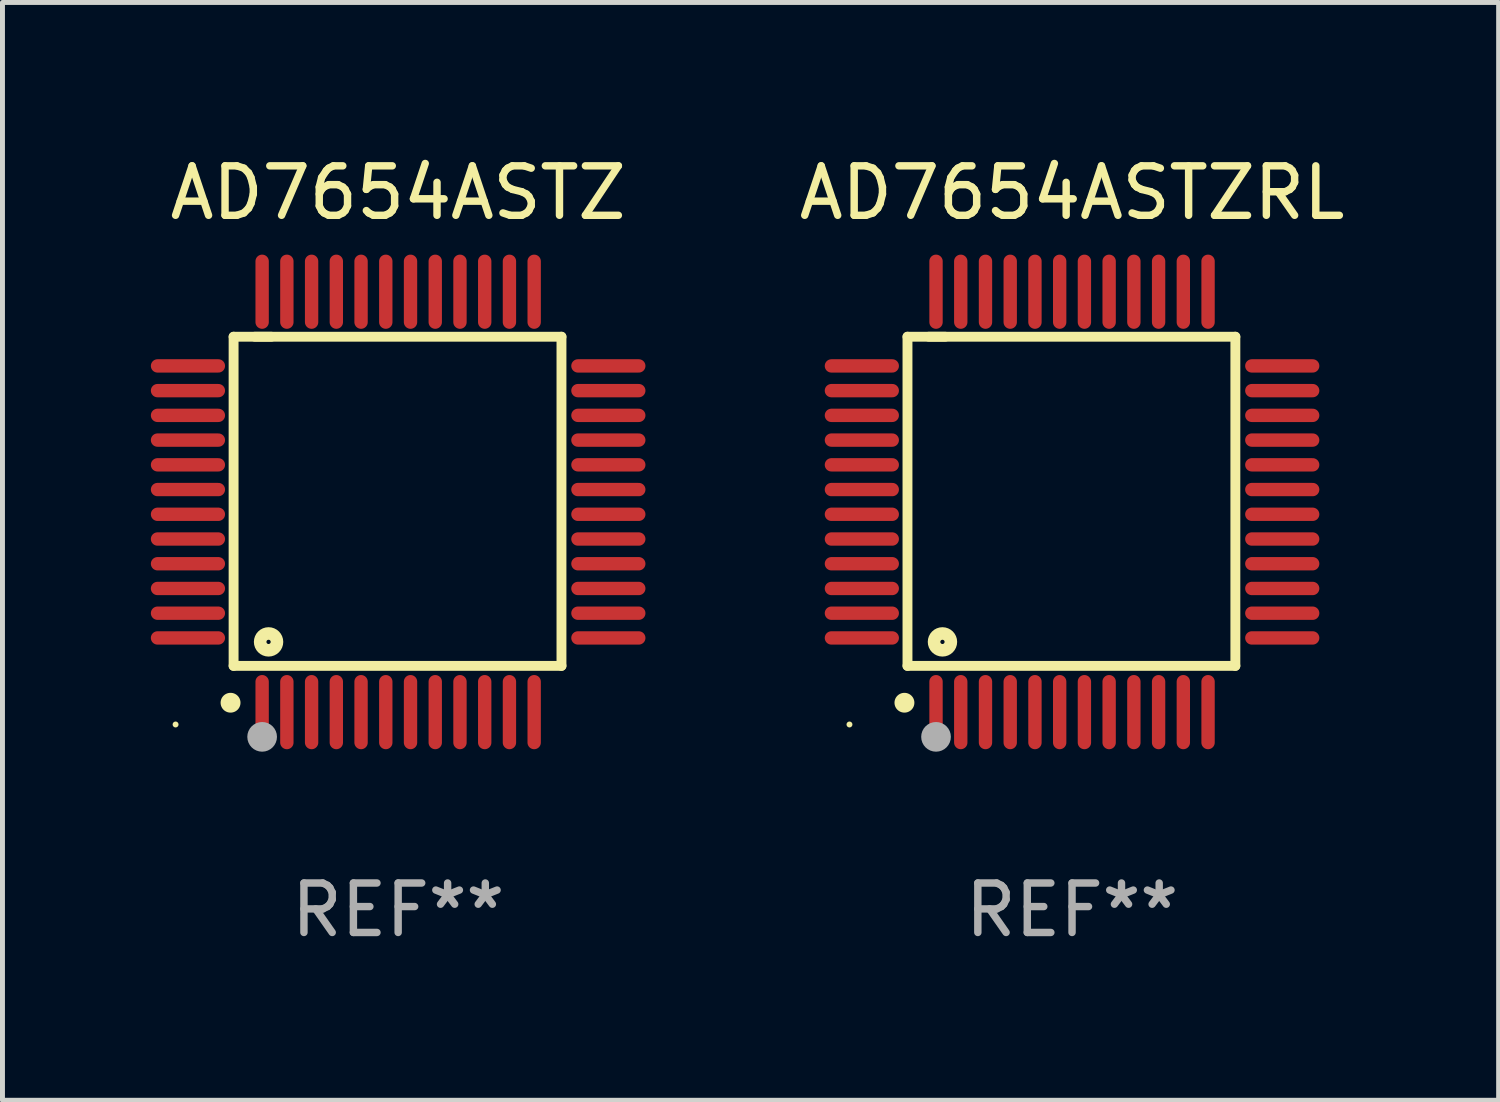
<source format=kicad_pcb>
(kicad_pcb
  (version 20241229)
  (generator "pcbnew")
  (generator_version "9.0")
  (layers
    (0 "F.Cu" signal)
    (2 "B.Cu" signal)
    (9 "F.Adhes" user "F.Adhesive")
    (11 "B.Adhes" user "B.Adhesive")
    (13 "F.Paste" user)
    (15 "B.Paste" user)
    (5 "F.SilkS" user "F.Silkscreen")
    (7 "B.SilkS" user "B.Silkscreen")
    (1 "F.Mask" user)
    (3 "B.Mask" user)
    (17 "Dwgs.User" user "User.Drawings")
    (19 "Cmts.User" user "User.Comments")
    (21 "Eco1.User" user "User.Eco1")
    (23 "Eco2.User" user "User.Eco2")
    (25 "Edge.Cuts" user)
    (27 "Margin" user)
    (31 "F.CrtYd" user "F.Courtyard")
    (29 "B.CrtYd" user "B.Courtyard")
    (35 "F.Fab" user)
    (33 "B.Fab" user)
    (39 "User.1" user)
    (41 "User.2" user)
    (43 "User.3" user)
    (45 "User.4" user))
  (footprint "AD7654ASTZRL"
    (layer "F.Cu")
    (at 18.625 7.098)
    (property "Reference" "AD7654ASTZRL" (at 0 -6.25 0) (layer "F.SilkS") (effects (font (size 1 1) (thickness 0.15))))
    (attr through_hole)
    (fp_line (start -3.327 -3.34) (end -2.565 -3.34) (stroke (width 0.2) (type solid)) (layer "F.SilkS"))
    (fp_line (start -3.327 3.315) (end -3.327 -3.34) (stroke (width 0.2) (type solid)) (layer "F.SilkS"))
    (fp_line (start -2.896 -3.34) (end 3.302 -3.34) (stroke (width 0.2) (type solid)) (layer "F.SilkS"))
    (fp_line (start 3.302 -3.34) (end 3.302 3.315) (stroke (width 0.2) (type solid)) (layer "F.SilkS"))
    (fp_line (start 3.302 3.315) (end -3.327 3.315) (stroke (width 0.2) (type solid)) (layer "F.SilkS"))
    (fp_arc (start -3.389992 4.059995) (mid -3.388722 4.059991) (end -3.387452 4.059995) (stroke (width 0.4) (type solid)) (layer "F.SilkS"))
    (fp_circle (center -4.5 4.5) (end -4.47 4.5) (stroke (width 0.06) (type solid)) (fill no) (layer "F.SilkS"))
    (fp_circle (center -2.62 2.83) (end -2.45 2.83) (stroke (width 0.254) (type solid)) (fill no) (layer "F.SilkS"))
    (fp_circle (center -2.75 4.75) (end -2.6 4.75) (stroke (width 0.3) (type solid)) (fill no) (layer "F.Fab"))
    (fp_text user "REF**" (at 0 8.25 0) (layer "F.Fab") (effects (font (size 1 1) (thickness 0.15))))
    (pad "1" smd oval (at -2.75 4.25) (size 0.27 1.5) (layers "F.Cu" "F.Mask" "F.Paste"))
    (pad "2" smd oval (at -2.25 4.25) (size 0.27 1.5) (layers "F.Cu" "F.Mask" "F.Paste"))
    (pad "3" smd oval (at -1.75 4.25) (size 0.27 1.5) (layers "F.Cu" "F.Mask" "F.Paste"))
    (pad "4" smd oval (at -1.25 4.25) (size 0.27 1.5) (layers "F.Cu" "F.Mask" "F.Paste"))
    (pad "5" smd oval (at -0.75 4.25) (size 0.27 1.5) (layers "F.Cu" "F.Mask" "F.Paste"))
    (pad "6" smd oval (at -0.25 4.25) (size 0.27 1.5) (layers "F.Cu" "F.Mask" "F.Paste"))
    (pad "7" smd oval (at 0.25 4.25) (size 0.27 1.5) (layers "F.Cu" "F.Mask" "F.Paste"))
    (pad "8" smd oval (at 0.75 4.25) (size 0.27 1.5) (layers "F.Cu" "F.Mask" "F.Paste"))
    (pad "9" smd oval (at 1.25 4.25) (size 0.27 1.5) (layers "F.Cu" "F.Mask" "F.Paste"))
    (pad "10" smd oval (at 1.75 4.25) (size 0.27 1.5) (layers "F.Cu" "F.Mask" "F.Paste"))
    (pad "11" smd oval (at 2.25 4.25) (size 0.27 1.5) (layers "F.Cu" "F.Mask" "F.Paste"))
    (pad "12" smd oval (at 2.75 4.25) (size 0.27 1.5) (layers "F.Cu" "F.Mask" "F.Paste"))
    (pad "13" smd oval (at 4.25 2.75) (size 1.5 0.27) (layers "F.Cu" "F.Mask" "F.Paste"))
    (pad "14" smd oval (at 4.25 2.25) (size 1.5 0.27) (layers "F.Cu" "F.Mask" "F.Paste"))
    (pad "15" smd oval (at 4.25 1.75) (size 1.5 0.27) (layers "F.Cu" "F.Mask" "F.Paste"))
    (pad "16" smd oval (at 4.25 1.25) (size 1.5 0.27) (layers "F.Cu" "F.Mask" "F.Paste"))
    (pad "17" smd oval (at 4.25 0.75) (size 1.5 0.27) (layers "F.Cu" "F.Mask" "F.Paste"))
    (pad "18" smd oval (at 4.25 0.25) (size 1.5 0.27) (layers "F.Cu" "F.Mask" "F.Paste"))
    (pad "19" smd oval (at 4.25 -0.25) (size 1.5 0.27) (layers "F.Cu" "F.Mask" "F.Paste"))
    (pad "20" smd oval (at 4.25 -0.75) (size 1.5 0.27) (layers "F.Cu" "F.Mask" "F.Paste"))
    (pad "21" smd oval (at 4.25 -1.25) (size 1.5 0.27) (layers "F.Cu" "F.Mask" "F.Paste"))
    (pad "22" smd oval (at 4.25 -1.75) (size 1.5 0.27) (layers "F.Cu" "F.Mask" "F.Paste"))
    (pad "23" smd oval (at 4.25 -2.25) (size 1.5 0.27) (layers "F.Cu" "F.Mask" "F.Paste"))
    (pad "24" smd oval (at 4.25 -2.75) (size 1.5 0.27) (layers "F.Cu" "F.Mask" "F.Paste"))
    (pad "25" smd oval (at 2.75 -4.25) (size 0.27 1.5) (layers "F.Cu" "F.Mask" "F.Paste"))
    (pad "26" smd oval (at 2.25 -4.25) (size 0.27 1.5) (layers "F.Cu" "F.Mask" "F.Paste"))
    (pad "27" smd oval (at 1.75 -4.25) (size 0.27 1.5) (layers "F.Cu" "F.Mask" "F.Paste"))
    (pad "28" smd oval (at 1.25 -4.25) (size 0.27 1.5) (layers "F.Cu" "F.Mask" "F.Paste"))
    (pad "29" smd oval (at 0.75 -4.25) (size 0.27 1.5) (layers "F.Cu" "F.Mask" "F.Paste"))
    (pad "30" smd oval (at 0.25 -4.25) (size 0.27 1.5) (layers "F.Cu" "F.Mask" "F.Paste"))
    (pad "31" smd oval (at -0.25 -4.25) (size 0.27 1.5) (layers "F.Cu" "F.Mask" "F.Paste"))
    (pad "32" smd oval (at -0.75 -4.25) (size 0.27 1.5) (layers "F.Cu" "F.Mask" "F.Paste"))
    (pad "33" smd oval (at -1.25 -4.25) (size 0.27 1.5) (layers "F.Cu" "F.Mask" "F.Paste"))
    (pad "34" smd oval (at -1.75 -4.25) (size 0.27 1.5) (layers "F.Cu" "F.Mask" "F.Paste"))
    (pad "35" smd oval (at -2.25 -4.25) (size 0.27 1.5) (layers "F.Cu" "F.Mask" "F.Paste"))
    (pad "36" smd oval (at -2.75 -4.25) (size 0.27 1.5) (layers "F.Cu" "F.Mask" "F.Paste"))
    (pad "37" smd oval (at -4.25 -2.75) (size 1.5 0.27) (layers "F.Cu" "F.Mask" "F.Paste"))
    (pad "38" smd oval (at -4.25 -2.25) (size 1.5 0.27) (layers "F.Cu" "F.Mask" "F.Paste"))
    (pad "39" smd oval (at -4.25 -1.75) (size 1.5 0.27) (layers "F.Cu" "F.Mask" "F.Paste"))
    (pad "40" smd oval (at -4.25 -1.25) (size 1.5 0.27) (layers "F.Cu" "F.Mask" "F.Paste"))
    (pad "41" smd oval (at -4.25 -0.75) (size 1.5 0.27) (layers "F.Cu" "F.Mask" "F.Paste"))
    (pad "42" smd oval (at -4.25 -0.25) (size 1.5 0.27) (layers "F.Cu" "F.Mask" "F.Paste"))
    (pad "43" smd oval (at -4.25 0.25) (size 1.5 0.27) (layers "F.Cu" "F.Mask" "F.Paste"))
    (pad "44" smd oval (at -4.25 0.75) (size 1.5 0.27) (layers "F.Cu" "F.Mask" "F.Paste"))
    (pad "45" smd oval (at -4.25 1.25) (size 1.5 0.27) (layers "F.Cu" "F.Mask" "F.Paste"))
    (pad "46" smd oval (at -4.25 1.75) (size 1.5 0.27) (layers "F.Cu" "F.Mask" "F.Paste"))
    (pad "47" smd oval (at -4.25 2.25) (size 1.5 0.27) (layers "F.Cu" "F.Mask" "F.Paste"))
    (pad "48" smd oval (at -4.25 2.75) (size 1.5 0.27) (layers "F.Cu" "F.Mask" "F.Paste")))
  (footprint "AD7654ASTZ"
    (layer "F.Cu")
    (at 5 7.098)
    (property "Reference" "AD7654ASTZ" (at 0 -6.25 0) (layer "F.SilkS") (effects (font (size 1 1) (thickness 0.15))))
    (attr through_hole)
    (fp_line (start -3.327 -3.34) (end -2.565 -3.34) (stroke (width 0.2) (type solid)) (layer "F.SilkS"))
    (fp_line (start -3.327 3.315) (end -3.327 -3.34) (stroke (width 0.2) (type solid)) (layer "F.SilkS"))
    (fp_line (start -2.896 -3.34) (end 3.302 -3.34) (stroke (width 0.2) (type solid)) (layer "F.SilkS"))
    (fp_line (start 3.302 -3.34) (end 3.302 3.315) (stroke (width 0.2) (type solid)) (layer "F.SilkS"))
    (fp_line (start 3.302 3.315) (end -3.327 3.315) (stroke (width 0.2) (type solid)) (layer "F.SilkS"))
    (fp_arc (start -3.389992 4.059995) (mid -3.388722 4.059991) (end -3.387452 4.059995) (stroke (width 0.4) (type solid)) (layer "F.SilkS"))
    (fp_circle (center -4.5 4.5) (end -4.47 4.5) (stroke (width 0.06) (type solid)) (fill no) (layer "F.SilkS"))
    (fp_circle (center -2.62 2.83) (end -2.45 2.83) (stroke (width 0.254) (type solid)) (fill no) (layer "F.SilkS"))
    (fp_circle (center -2.75 4.75) (end -2.6 4.75) (stroke (width 0.3) (type solid)) (fill no) (layer "F.Fab"))
    (fp_text user "REF**" (at 0 8.25 0) (layer "F.Fab") (effects (font (size 1 1) (thickness 0.15))))
    (pad "1" smd oval (at -2.75 4.25) (size 0.27 1.5) (layers "F.Cu" "F.Mask" "F.Paste"))
    (pad "2" smd oval (at -2.25 4.25) (size 0.27 1.5) (layers "F.Cu" "F.Mask" "F.Paste"))
    (pad "3" smd oval (at -1.75 4.25) (size 0.27 1.5) (layers "F.Cu" "F.Mask" "F.Paste"))
    (pad "4" smd oval (at -1.25 4.25) (size 0.27 1.5) (layers "F.Cu" "F.Mask" "F.Paste"))
    (pad "5" smd oval (at -0.75 4.25) (size 0.27 1.5) (layers "F.Cu" "F.Mask" "F.Paste"))
    (pad "6" smd oval (at -0.25 4.25) (size 0.27 1.5) (layers "F.Cu" "F.Mask" "F.Paste"))
    (pad "7" smd oval (at 0.25 4.25) (size 0.27 1.5) (layers "F.Cu" "F.Mask" "F.Paste"))
    (pad "8" smd oval (at 0.75 4.25) (size 0.27 1.5) (layers "F.Cu" "F.Mask" "F.Paste"))
    (pad "9" smd oval (at 1.25 4.25) (size 0.27 1.5) (layers "F.Cu" "F.Mask" "F.Paste"))
    (pad "10" smd oval (at 1.75 4.25) (size 0.27 1.5) (layers "F.Cu" "F.Mask" "F.Paste"))
    (pad "11" smd oval (at 2.25 4.25) (size 0.27 1.5) (layers "F.Cu" "F.Mask" "F.Paste"))
    (pad "12" smd oval (at 2.75 4.25) (size 0.27 1.5) (layers "F.Cu" "F.Mask" "F.Paste"))
    (pad "13" smd oval (at 4.25 2.75) (size 1.5 0.27) (layers "F.Cu" "F.Mask" "F.Paste"))
    (pad "14" smd oval (at 4.25 2.25) (size 1.5 0.27) (layers "F.Cu" "F.Mask" "F.Paste"))
    (pad "15" smd oval (at 4.25 1.75) (size 1.5 0.27) (layers "F.Cu" "F.Mask" "F.Paste"))
    (pad "16" smd oval (at 4.25 1.25) (size 1.5 0.27) (layers "F.Cu" "F.Mask" "F.Paste"))
    (pad "17" smd oval (at 4.25 0.75) (size 1.5 0.27) (layers "F.Cu" "F.Mask" "F.Paste"))
    (pad "18" smd oval (at 4.25 0.25) (size 1.5 0.27) (layers "F.Cu" "F.Mask" "F.Paste"))
    (pad "19" smd oval (at 4.25 -0.25) (size 1.5 0.27) (layers "F.Cu" "F.Mask" "F.Paste"))
    (pad "20" smd oval (at 4.25 -0.75) (size 1.5 0.27) (layers "F.Cu" "F.Mask" "F.Paste"))
    (pad "21" smd oval (at 4.25 -1.25) (size 1.5 0.27) (layers "F.Cu" "F.Mask" "F.Paste"))
    (pad "22" smd oval (at 4.25 -1.75) (size 1.5 0.27) (layers "F.Cu" "F.Mask" "F.Paste"))
    (pad "23" smd oval (at 4.25 -2.25) (size 1.5 0.27) (layers "F.Cu" "F.Mask" "F.Paste"))
    (pad "24" smd oval (at 4.25 -2.75) (size 1.5 0.27) (layers "F.Cu" "F.Mask" "F.Paste"))
    (pad "25" smd oval (at 2.75 -4.25) (size 0.27 1.5) (layers "F.Cu" "F.Mask" "F.Paste"))
    (pad "26" smd oval (at 2.25 -4.25) (size 0.27 1.5) (layers "F.Cu" "F.Mask" "F.Paste"))
    (pad "27" smd oval (at 1.75 -4.25) (size 0.27 1.5) (layers "F.Cu" "F.Mask" "F.Paste"))
    (pad "28" smd oval (at 1.25 -4.25) (size 0.27 1.5) (layers "F.Cu" "F.Mask" "F.Paste"))
    (pad "29" smd oval (at 0.75 -4.25) (size 0.27 1.5) (layers "F.Cu" "F.Mask" "F.Paste"))
    (pad "30" smd oval (at 0.25 -4.25) (size 0.27 1.5) (layers "F.Cu" "F.Mask" "F.Paste"))
    (pad "31" smd oval (at -0.25 -4.25) (size 0.27 1.5) (layers "F.Cu" "F.Mask" "F.Paste"))
    (pad "32" smd oval (at -0.75 -4.25) (size 0.27 1.5) (layers "F.Cu" "F.Mask" "F.Paste"))
    (pad "33" smd oval (at -1.25 -4.25) (size 0.27 1.5) (layers "F.Cu" "F.Mask" "F.Paste"))
    (pad "34" smd oval (at -1.75 -4.25) (size 0.27 1.5) (layers "F.Cu" "F.Mask" "F.Paste"))
    (pad "35" smd oval (at -2.25 -4.25) (size 0.27 1.5) (layers "F.Cu" "F.Mask" "F.Paste"))
    (pad "36" smd oval (at -2.75 -4.25) (size 0.27 1.5) (layers "F.Cu" "F.Mask" "F.Paste"))
    (pad "37" smd oval (at -4.25 -2.75) (size 1.5 0.27) (layers "F.Cu" "F.Mask" "F.Paste"))
    (pad "38" smd oval (at -4.25 -2.25) (size 1.5 0.27) (layers "F.Cu" "F.Mask" "F.Paste"))
    (pad "39" smd oval (at -4.25 -1.75) (size 1.5 0.27) (layers "F.Cu" "F.Mask" "F.Paste"))
    (pad "40" smd oval (at -4.25 -1.25) (size 1.5 0.27) (layers "F.Cu" "F.Mask" "F.Paste"))
    (pad "41" smd oval (at -4.25 -0.75) (size 1.5 0.27) (layers "F.Cu" "F.Mask" "F.Paste"))
    (pad "42" smd oval (at -4.25 -0.25) (size 1.5 0.27) (layers "F.Cu" "F.Mask" "F.Paste"))
    (pad "43" smd oval (at -4.25 0.25) (size 1.5 0.27) (layers "F.Cu" "F.Mask" "F.Paste"))
    (pad "44" smd oval (at -4.25 0.75) (size 1.5 0.27) (layers "F.Cu" "F.Mask" "F.Paste"))
    (pad "45" smd oval (at -4.25 1.25) (size 1.5 0.27) (layers "F.Cu" "F.Mask" "F.Paste"))
    (pad "46" smd oval (at -4.25 1.75) (size 1.5 0.27) (layers "F.Cu" "F.Mask" "F.Paste"))
    (pad "47" smd oval (at -4.25 2.25) (size 1.5 0.27) (layers "F.Cu" "F.Mask" "F.Paste"))
    (pad "48" smd oval (at -4.25 2.75) (size 1.5 0.27) (layers "F.Cu" "F.Mask" "F.Paste")))
  (gr_rect
    (start -3 -3)
    (end 27.25 19.196)
    (stroke (width 0.1) (type default))
    (fill no)
    (layer "Edge.Cuts")))
</source>
